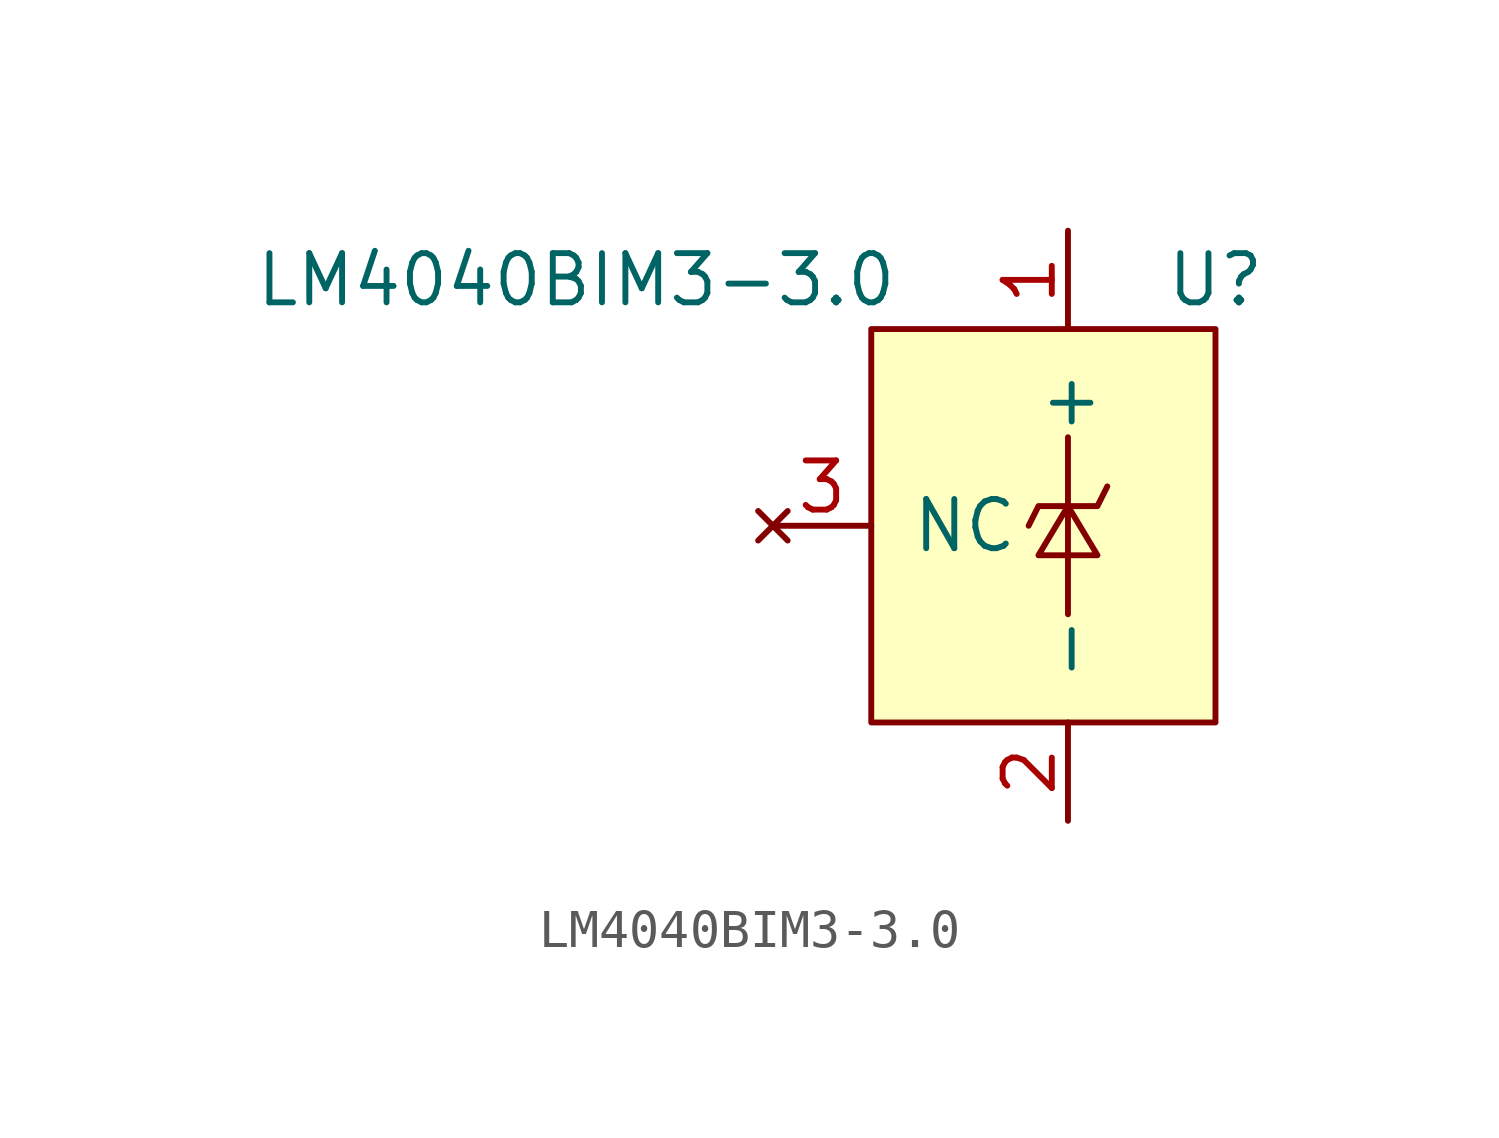
<source format=kicad_sym>
(kicad_symbol_lib
  (version 20211014)
  (generator kicad_symbol_editor)
  (symbol "LM4040BIM3-3.0"
    (pin_names
      (offset 1.016))
    (property "Reference" "U"
      (at 3.81 6.35 0)
      (effects (font (size 1.27 1.27))))
    (property "Value" "LM4040BIM3-3.0"
      (at -12.7 6.35 0)
      (effects (font (size 1.27 1.27))))
    (symbol "LM4040BIM3-3.0_0_1"
      (rectangle (start -5.08 5.08) (end 3.81 -5.08) (stroke (width 0) (type default) (color 0 0 0 0)) (fill (type background)))
      (polyline (pts (xy 0 2.286) (xy 0 -2.286)) (stroke (width 0) (type default) (color 0 0 0 0)) (fill (type none)))
      (polyline (pts (xy -1.016 0) (xy -0.762 0.508) (xy 0.762 0.508) (xy 1.016 1.016)) (stroke (width 0) (type default) (color 0 0 0 0)) (fill (type none)))
      (polyline (pts (xy -0.762 -0.762) (xy 0.762 -0.762) (xy 0 0.508) (xy -0.762 -0.762)) (stroke (width 0) (type default) (color 0 0 0 0)) (fill (type none))))
    (symbol "LM4040BIM3-3.0_1_1"
      (pin power_in line (at 0 7.62 270) (length 2.54) (name "+" (effects (font (size 1.27 1.27)))) (number "1" (effects (font (size 1.27 1.27)))))
      (pin power_in line (at 0 -7.62 90) (length 2.54) (name "-" (effects (font (size 1.27 1.27)))) (number "2" (effects (font (size 1.27 1.27)))))
      (pin no_connect line (at -7.62 0 0) (length 2.54) (name "NC" (effects (font (size 1.27 1.27)))) (number "3" (effects (font (size 1.27 1.27))))))))
</source>
